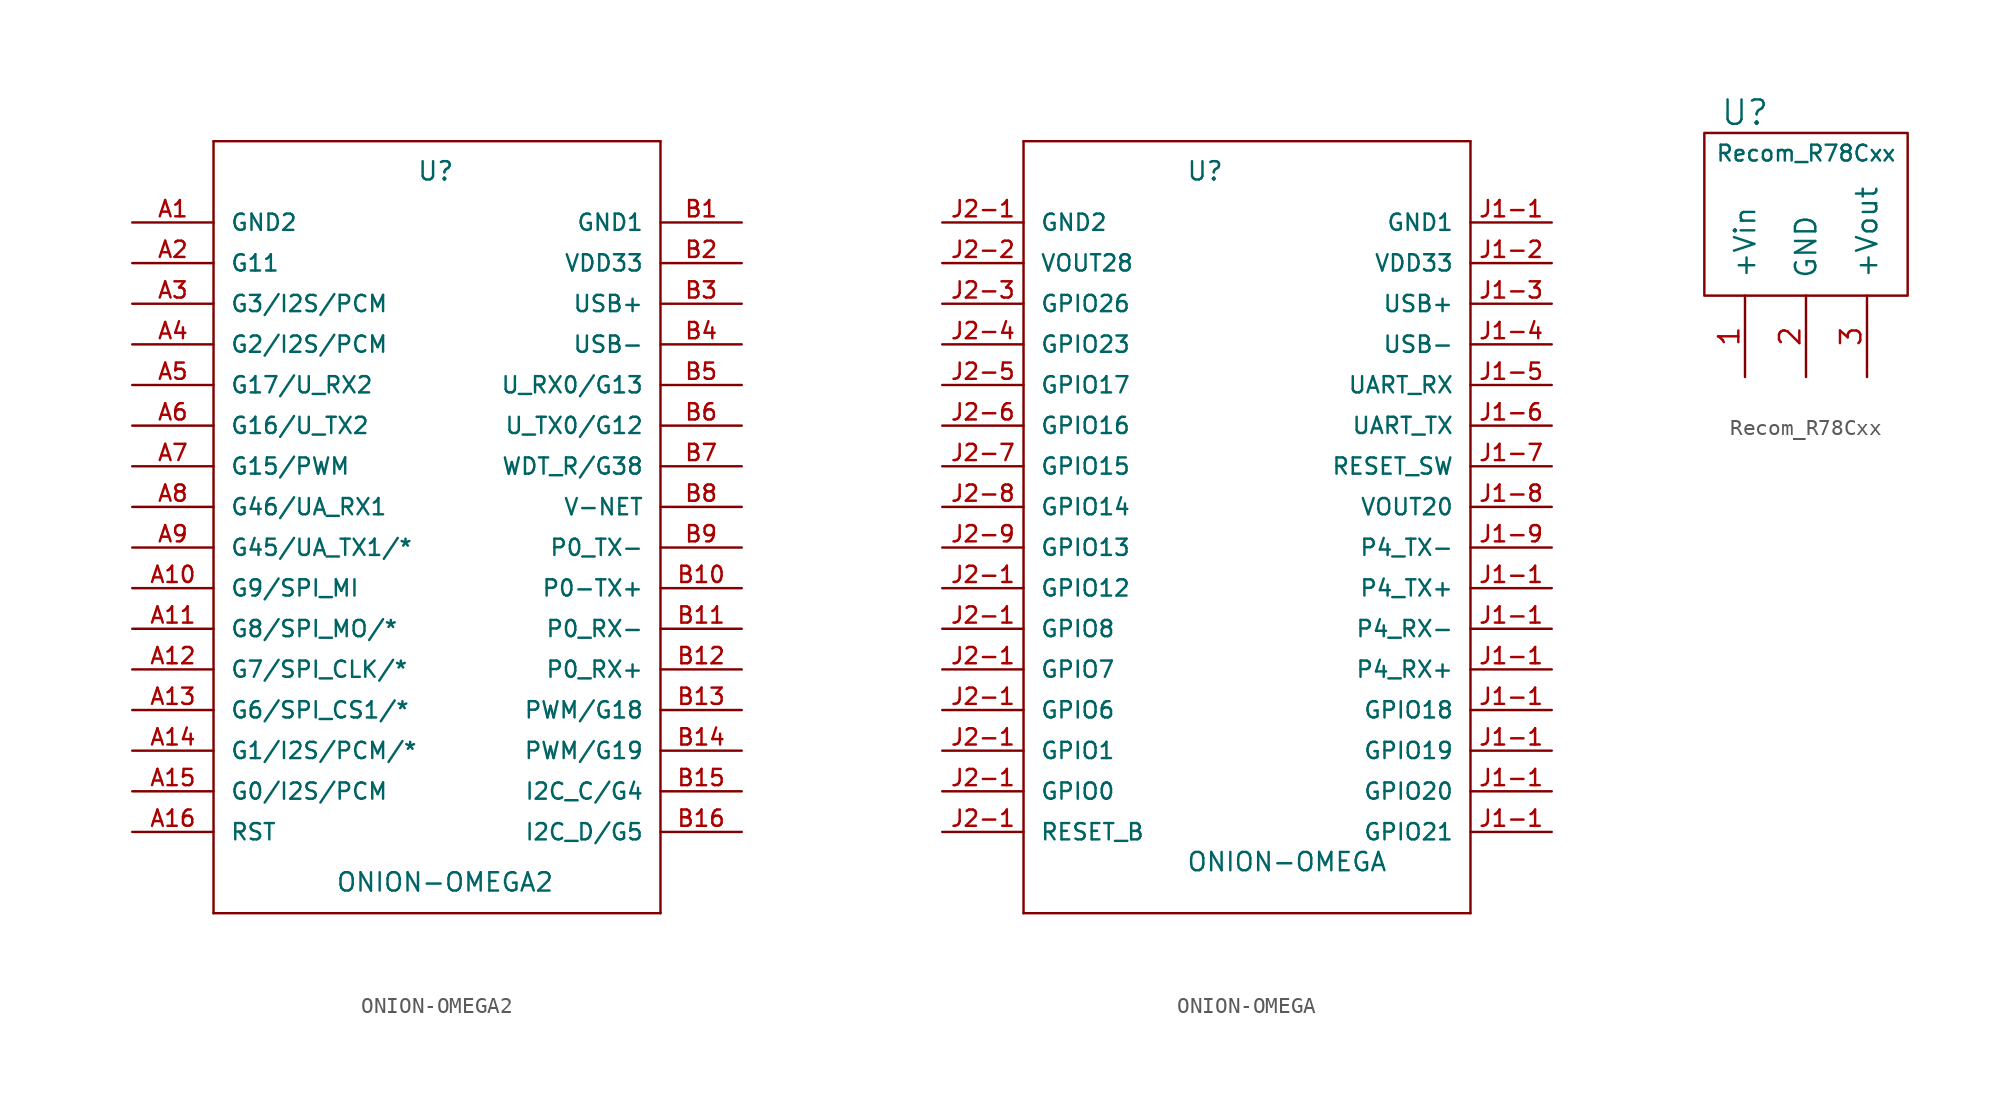
<source format=kicad_sym>
(kicad_symbol_lib
  (version 20220914)
  (generator kicad_symbol_editor)
  (symbol "ONION-OMEGA2"
    (pin_names
      (offset 1.016))
    (property "Reference" "U"
      (at -5.08 17.78 0)
      (effects (font (size 1.143 1.143)) (justify left bottom)))
    (property "Value" "ONION-OMEGA2"
      (at -10.16 -26.67 0)
      (effects (font (size 1.143 1.143)) (justify left bottom)))
    (property "ki_locked" ""
      (at 0 0 0)
      (effects (font (size 1.27 1.27))))
    (symbol "ONION-OMEGA2_1_0"
      (polyline (pts (xy -17.78 -27.94) (xy 10.16 -27.94)) (stroke (width 0) (type solid)) (fill (type none)))
      (polyline (pts (xy -17.78 20.32) (xy -17.78 -27.94)) (stroke (width 0) (type solid)) (fill (type none)))
      (polyline (pts (xy 10.16 -27.94) (xy 10.16 20.32)) (stroke (width 0) (type solid)) (fill (type none)))
      (polyline (pts (xy 10.16 20.32) (xy -17.78 20.32)) (stroke (width 0) (type solid)) (fill (type none))))
    (symbol "ONION-OMEGA2_1_1"
      (pin power_in line (at -22.86 15.24 0) (length 5.08) (name "GND2" (effects (font (size 1.016 1.016)))) (number "A1" (effects (font (size 1.016 1.016)))))
      (pin bidirectional line (at -22.86 -7.62 0) (length 5.08) (name "G9/SPI_MI" (effects (font (size 1.016 1.016)))) (number "A10" (effects (font (size 1.016 1.016)))))
      (pin bidirectional line (at -22.86 -10.16 0) (length 5.08) (name "G8/SPI_MO/*" (effects (font (size 1.016 1.016)))) (number "A11" (effects (font (size 1.016 1.016)))))
      (pin bidirectional line (at -22.86 -12.7 0) (length 5.08) (name "G7/SPI_CLK/*" (effects (font (size 1.016 1.016)))) (number "A12" (effects (font (size 1.016 1.016)))))
      (pin bidirectional line (at -22.86 -15.24 0) (length 5.08) (name "G6/SPI_CS1/*" (effects (font (size 1.016 1.016)))) (number "A13" (effects (font (size 1.016 1.016)))))
      (pin bidirectional line (at -22.86 -17.78 0) (length 5.08) (name "G1/I2S/PCM/*" (effects (font (size 1.016 1.016)))) (number "A14" (effects (font (size 1.016 1.016)))))
      (pin bidirectional line (at -22.86 -20.32 0) (length 5.08) (name "G0/I2S/PCM" (effects (font (size 1.016 1.016)))) (number "A15" (effects (font (size 1.016 1.016)))))
      (pin bidirectional line (at -22.86 -22.86 0) (length 5.08) (name "RST" (effects (font (size 1.016 1.016)))) (number "A16" (effects (font (size 1.016 1.016)))))
      (pin bidirectional line (at -22.86 12.7 0) (length 5.08) (name "G11" (effects (font (size 1.016 1.016)))) (number "A2" (effects (font (size 1.016 1.016)))))
      (pin bidirectional line (at -22.86 10.16 0) (length 5.08) (name "G3/I2S/PCM" (effects (font (size 1.016 1.016)))) (number "A3" (effects (font (size 1.016 1.016)))))
      (pin bidirectional line (at -22.86 7.62 0) (length 5.08) (name "G2/I2S/PCM" (effects (font (size 1.016 1.016)))) (number "A4" (effects (font (size 1.016 1.016)))))
      (pin bidirectional line (at -22.86 5.08 0) (length 5.08) (name "G17/U_RX2" (effects (font (size 1.016 1.016)))) (number "A5" (effects (font (size 1.016 1.016)))))
      (pin bidirectional line (at -22.86 2.54 0) (length 5.08) (name "G16/U_TX2" (effects (font (size 1.016 1.016)))) (number "A6" (effects (font (size 1.016 1.016)))))
      (pin bidirectional line (at -22.86 0 0) (length 5.08) (name "G15/PWM" (effects (font (size 1.016 1.016)))) (number "A7" (effects (font (size 1.016 1.016)))))
      (pin bidirectional line (at -22.86 -2.54 0) (length 5.08) (name "G46/UA_RX1" (effects (font (size 1.016 1.016)))) (number "A8" (effects (font (size 1.016 1.016)))))
      (pin bidirectional line (at -22.86 -5.08 0) (length 5.08) (name "G45/UA_TX1/*" (effects (font (size 1.016 1.016)))) (number "A9" (effects (font (size 1.016 1.016)))))
      (pin power_in line (at 15.24 15.24 180) (length 5.08) (name "GND1" (effects (font (size 1.016 1.016)))) (number "B1" (effects (font (size 1.016 1.016)))))
      (pin bidirectional line (at 15.24 -7.62 180) (length 5.08) (name "P0-TX+" (effects (font (size 1.016 1.016)))) (number "B10" (effects (font (size 1.016 1.016)))))
      (pin bidirectional line (at 15.24 -10.16 180) (length 5.08) (name "P0_RX-" (effects (font (size 1.016 1.016)))) (number "B11" (effects (font (size 1.016 1.016)))))
      (pin bidirectional line (at 15.24 -12.7 180) (length 5.08) (name "P0_RX+" (effects (font (size 1.016 1.016)))) (number "B12" (effects (font (size 1.016 1.016)))))
      (pin bidirectional line (at 15.24 -15.24 180) (length 5.08) (name "PWM/G18" (effects (font (size 1.016 1.016)))) (number "B13" (effects (font (size 1.016 1.016)))))
      (pin bidirectional line (at 15.24 -17.78 180) (length 5.08) (name "PWM/G19" (effects (font (size 1.016 1.016)))) (number "B14" (effects (font (size 1.016 1.016)))))
      (pin bidirectional line (at 15.24 -20.32 180) (length 5.08) (name "I2C_C/G4" (effects (font (size 1.016 1.016)))) (number "B15" (effects (font (size 1.016 1.016)))))
      (pin bidirectional line (at 15.24 -22.86 180) (length 5.08) (name "I2C_D/G5" (effects (font (size 1.016 1.016)))) (number "B16" (effects (font (size 1.016 1.016)))))
      (pin power_in line (at 15.24 12.7 180) (length 5.08) (name "VDD33" (effects (font (size 1.016 1.016)))) (number "B2" (effects (font (size 1.016 1.016)))))
      (pin bidirectional line (at 15.24 10.16 180) (length 5.08) (name "USB+" (effects (font (size 1.016 1.016)))) (number "B3" (effects (font (size 1.016 1.016)))))
      (pin bidirectional line (at 15.24 7.62 180) (length 5.08) (name "USB-" (effects (font (size 1.016 1.016)))) (number "B4" (effects (font (size 1.016 1.016)))))
      (pin bidirectional line (at 15.24 5.08 180) (length 5.08) (name "U_RX0/G13" (effects (font (size 1.016 1.016)))) (number "B5" (effects (font (size 1.016 1.016)))))
      (pin bidirectional line (at 15.24 2.54 180) (length 5.08) (name "U_TX0/G12" (effects (font (size 1.016 1.016)))) (number "B6" (effects (font (size 1.016 1.016)))))
      (pin bidirectional line (at 15.24 0 180) (length 5.08) (name "WDT_R/G38" (effects (font (size 1.016 1.016)))) (number "B7" (effects (font (size 1.016 1.016)))))
      (pin output line (at 15.24 -2.54 180) (length 5.08) (name "V-NET" (effects (font (size 1.016 1.016)))) (number "B8" (effects (font (size 1.016 1.016)))))
      (pin bidirectional line (at 15.24 -5.08 180) (length 5.08) (name "P0_TX-" (effects (font (size 1.016 1.016)))) (number "B9" (effects (font (size 1.016 1.016)))))))
  (symbol "ONION-OMEGA"
    (pin_names
      (offset 1.016))
    (property "Reference" "U"
      (at -7.62 17.78 0)
      (effects (font (size 1.143 1.143)) (justify left bottom)))
    (property "Value" "ONION-OMEGA"
      (at -7.62 -25.4 0)
      (effects (font (size 1.143 1.143)) (justify left bottom)))
    (property "ki_locked" ""
      (at 0 0 0)
      (effects (font (size 1.27 1.27))))
    (symbol "ONION-OMEGA_1_0"
      (polyline (pts (xy -17.78 -27.94) (xy 10.16 -27.94)) (stroke (width 0) (type solid)) (fill (type none)))
      (polyline (pts (xy -17.78 20.32) (xy -17.78 -27.94)) (stroke (width 0) (type solid)) (fill (type none)))
      (polyline (pts (xy 10.16 -27.94) (xy 10.16 20.32)) (stroke (width 0) (type solid)) (fill (type none)))
      (polyline (pts (xy 10.16 20.32) (xy -17.78 20.32)) (stroke (width 0) (type solid)) (fill (type none))))
    (symbol "ONION-OMEGA_1_1"
      (pin bidirectional line (at 15.24 15.24 180) (length 5.08) (name "GND1" (effects (font (size 1.016 1.016)))) (number "J1-1" (effects (font (size 1.016 1.016)))))
      (pin bidirectional line (at 15.24 -15.24 180) (length 5.08) (name "GPIO18" (effects (font (size 1.016 1.016)))) (number "J1-1" (effects (font (size 1.016 1.016)))))
      (pin bidirectional line (at 15.24 -17.78 180) (length 5.08) (name "GPIO19" (effects (font (size 1.016 1.016)))) (number "J1-1" (effects (font (size 1.016 1.016)))))
      (pin bidirectional line (at 15.24 -20.32 180) (length 5.08) (name "GPIO20" (effects (font (size 1.016 1.016)))) (number "J1-1" (effects (font (size 1.016 1.016)))))
      (pin bidirectional line (at 15.24 -22.86 180) (length 5.08) (name "GPIO21" (effects (font (size 1.016 1.016)))) (number "J1-1" (effects (font (size 1.016 1.016)))))
      (pin bidirectional line (at 15.24 -12.7 180) (length 5.08) (name "P4_RX+" (effects (font (size 1.016 1.016)))) (number "J1-1" (effects (font (size 1.016 1.016)))))
      (pin bidirectional line (at 15.24 -10.16 180) (length 5.08) (name "P4_RX-" (effects (font (size 1.016 1.016)))) (number "J1-1" (effects (font (size 1.016 1.016)))))
      (pin bidirectional line (at 15.24 -7.62 180) (length 5.08) (name "P4_TX+" (effects (font (size 1.016 1.016)))) (number "J1-1" (effects (font (size 1.016 1.016)))))
      (pin bidirectional line (at 15.24 12.7 180) (length 5.08) (name "VDD33" (effects (font (size 1.016 1.016)))) (number "J1-2" (effects (font (size 1.016 1.016)))))
      (pin bidirectional line (at 15.24 10.16 180) (length 5.08) (name "USB+" (effects (font (size 1.016 1.016)))) (number "J1-3" (effects (font (size 1.016 1.016)))))
      (pin bidirectional line (at 15.24 7.62 180) (length 5.08) (name "USB-" (effects (font (size 1.016 1.016)))) (number "J1-4" (effects (font (size 1.016 1.016)))))
      (pin bidirectional line (at 15.24 5.08 180) (length 5.08) (name "UART_RX" (effects (font (size 1.016 1.016)))) (number "J1-5" (effects (font (size 1.016 1.016)))))
      (pin bidirectional line (at 15.24 2.54 180) (length 5.08) (name "UART_TX" (effects (font (size 1.016 1.016)))) (number "J1-6" (effects (font (size 1.016 1.016)))))
      (pin bidirectional line (at 15.24 0 180) (length 5.08) (name "RESET_SW" (effects (font (size 1.016 1.016)))) (number "J1-7" (effects (font (size 1.016 1.016)))))
      (pin bidirectional line (at 15.24 -2.54 180) (length 5.08) (name "VOUT20" (effects (font (size 1.016 1.016)))) (number "J1-8" (effects (font (size 1.016 1.016)))))
      (pin bidirectional line (at 15.24 -5.08 180) (length 5.08) (name "P4_TX-" (effects (font (size 1.016 1.016)))) (number "J1-9" (effects (font (size 1.016 1.016)))))
      (pin bidirectional line (at -22.86 15.24 0) (length 5.08) (name "GND2" (effects (font (size 1.016 1.016)))) (number "J2-1" (effects (font (size 1.016 1.016)))))
      (pin bidirectional line (at -22.86 -20.32 0) (length 5.08) (name "GPIO0" (effects (font (size 1.016 1.016)))) (number "J2-1" (effects (font (size 1.016 1.016)))))
      (pin bidirectional line (at -22.86 -17.78 0) (length 5.08) (name "GPIO1" (effects (font (size 1.016 1.016)))) (number "J2-1" (effects (font (size 1.016 1.016)))))
      (pin bidirectional line (at -22.86 -7.62 0) (length 5.08) (name "GPIO12" (effects (font (size 1.016 1.016)))) (number "J2-1" (effects (font (size 1.016 1.016)))))
      (pin bidirectional line (at -22.86 -15.24 0) (length 5.08) (name "GPIO6" (effects (font (size 1.016 1.016)))) (number "J2-1" (effects (font (size 1.016 1.016)))))
      (pin bidirectional line (at -22.86 -12.7 0) (length 5.08) (name "GPIO7" (effects (font (size 1.016 1.016)))) (number "J2-1" (effects (font (size 1.016 1.016)))))
      (pin bidirectional line (at -22.86 -10.16 0) (length 5.08) (name "GPIO8" (effects (font (size 1.016 1.016)))) (number "J2-1" (effects (font (size 1.016 1.016)))))
      (pin bidirectional line (at -22.86 -22.86 0) (length 5.08) (name "RESET_B" (effects (font (size 1.016 1.016)))) (number "J2-1" (effects (font (size 1.016 1.016)))))
      (pin bidirectional line (at -22.86 12.7 0) (length 5.08) (name "VOUT28" (effects (font (size 1.016 1.016)))) (number "J2-2" (effects (font (size 1.016 1.016)))))
      (pin bidirectional line (at -22.86 10.16 0) (length 5.08) (name "GPIO26" (effects (font (size 1.016 1.016)))) (number "J2-3" (effects (font (size 1.016 1.016)))))
      (pin bidirectional line (at -22.86 7.62 0) (length 5.08) (name "GPIO23" (effects (font (size 1.016 1.016)))) (number "J2-4" (effects (font (size 1.016 1.016)))))
      (pin bidirectional line (at -22.86 5.08 0) (length 5.08) (name "GPIO17" (effects (font (size 1.016 1.016)))) (number "J2-5" (effects (font (size 1.016 1.016)))))
      (pin bidirectional line (at -22.86 2.54 0) (length 5.08) (name "GPIO16" (effects (font (size 1.016 1.016)))) (number "J2-6" (effects (font (size 1.016 1.016)))))
      (pin bidirectional line (at -22.86 0 0) (length 5.08) (name "GPIO15" (effects (font (size 1.016 1.016)))) (number "J2-7" (effects (font (size 1.016 1.016)))))
      (pin bidirectional line (at -22.86 -2.54 0) (length 5.08) (name "GPIO14" (effects (font (size 1.016 1.016)))) (number "J2-8" (effects (font (size 1.016 1.016)))))
      (pin bidirectional line (at -22.86 -5.08 0) (length 5.08) (name "GPIO13" (effects (font (size 1.016 1.016)))) (number "J2-9" (effects (font (size 1.016 1.016)))))))
  (symbol "Recom_R78Cxx"
    (pin_names
      (offset 1.016))
    (property "Reference" "U"
      (at -3.81 7.62 0)
      (effects (font (size 1.524 1.524))))
    (property "Value" "Recom_R78Cxx"
      (at 0 5.08 0)
      (effects (font (size 0.991 0.991))))
    (symbol "Recom_R78Cxx_0_1"
      (rectangle (start -6.35 -3.81) (end 6.35 6.35) (stroke (width 0) (type solid)) (fill (type none))))
    (symbol "Recom_R78Cxx_1_1"
      (pin power_in line (at -3.81 -8.89 90) (length 5.08) (name "+Vin" (effects (font (size 1.27 1.27)))) (number "1" (effects (font (size 1.27 1.27)))))
      (pin input line (at 0 -8.89 90) (length 5.08) (name "GND" (effects (font (size 1.27 1.27)))) (number "2" (effects (font (size 1.27 1.27)))))
      (pin power_out line (at 3.81 -8.89 90) (length 5.08) (name "+Vout" (effects (font (size 1.27 1.27)))) (number "3" (effects (font (size 1.27 1.27))))))))
</source>
